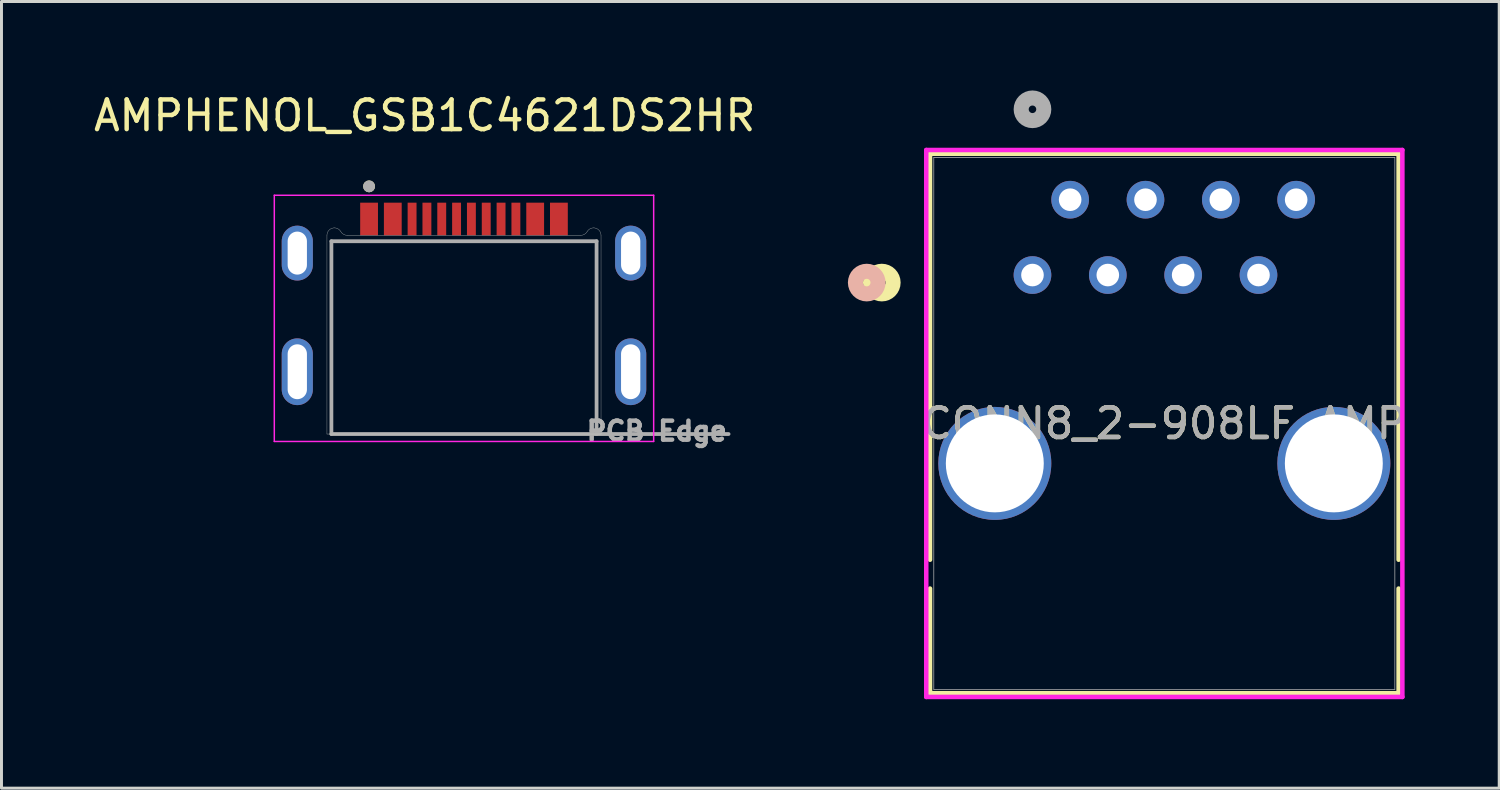
<source format=kicad_pcb>
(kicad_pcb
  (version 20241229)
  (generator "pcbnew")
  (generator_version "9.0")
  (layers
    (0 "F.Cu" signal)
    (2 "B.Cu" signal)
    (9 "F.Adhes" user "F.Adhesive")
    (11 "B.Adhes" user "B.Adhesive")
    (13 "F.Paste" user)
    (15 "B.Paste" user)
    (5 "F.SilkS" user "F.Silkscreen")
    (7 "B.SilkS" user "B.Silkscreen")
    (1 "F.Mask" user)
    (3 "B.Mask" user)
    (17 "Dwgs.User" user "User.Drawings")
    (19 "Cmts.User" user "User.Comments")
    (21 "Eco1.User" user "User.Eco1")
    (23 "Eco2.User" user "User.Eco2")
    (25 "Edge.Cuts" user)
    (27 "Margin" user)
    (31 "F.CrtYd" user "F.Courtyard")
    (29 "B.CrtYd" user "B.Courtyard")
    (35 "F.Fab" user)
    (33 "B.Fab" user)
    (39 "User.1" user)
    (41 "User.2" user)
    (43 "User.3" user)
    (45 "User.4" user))
  (footprint "AMPHENOL_GSB1C4621DS2HR"
    (layer "F.Cu")
    (at 12.593 9.483)
    (property "Reference" "AMPHENOL_GSB1C4621DS2HR" (at -1.325 -8.635 0) (layer "F.SilkS") (effects (font (size 1 1) (thickness 0.15))))
    (attr smd)
    (fp_poly (pts (xy -3.55 -5.75) (xy -2.85 -5.75) (xy -2.85 -4.55) (xy -3.55 -4.55)) (stroke (width 0.01) (type solid)) (fill yes) (layer "F.Mask"))
    (fp_poly (pts (xy -2.75 -5.75) (xy -2.05 -5.75) (xy -2.05 -4.55) (xy -2.75 -4.55)) (stroke (width 0.01) (type solid)) (fill yes) (layer "F.Mask"))
    (fp_poly (pts (xy -1.95 -5.75) (xy -1.55 -5.75) (xy -1.55 -4.55) (xy -1.95 -4.55)) (stroke (width 0.01) (type solid)) (fill yes) (layer "F.Mask"))
    (fp_poly (pts (xy -1.45 -5.75) (xy -1.05 -5.75) (xy -1.05 -4.55) (xy -1.45 -4.55)) (stroke (width 0.01) (type solid)) (fill yes) (layer "F.Mask"))
    (fp_poly (pts (xy -0.95 -5.75) (xy -0.55 -5.75) (xy -0.55 -4.55) (xy -0.95 -4.55)) (stroke (width 0.01) (type solid)) (fill yes) (layer "F.Mask"))
    (fp_poly (pts (xy -0.45 -5.75) (xy -0.05 -5.75) (xy -0.05 -4.55) (xy -0.45 -4.55)) (stroke (width 0.01) (type solid)) (fill yes) (layer "F.Mask"))
    (fp_poly (pts (xy 0.05 -5.75) (xy 0.45 -5.75) (xy 0.45 -4.55) (xy 0.05 -4.55)) (stroke (width 0.01) (type solid)) (fill yes) (layer "F.Mask"))
    (fp_poly (pts (xy 0.55 -5.75) (xy 0.95 -5.75) (xy 0.95 -4.55) (xy 0.55 -4.55)) (stroke (width 0.01) (type solid)) (fill yes) (layer "F.Mask"))
    (fp_poly (pts (xy 1.05 -5.75) (xy 1.45 -5.75) (xy 1.45 -4.55) (xy 1.05 -4.55)) (stroke (width 0.01) (type solid)) (fill yes) (layer "F.Mask"))
    (fp_poly (pts (xy 1.55 -5.75) (xy 1.95 -5.75) (xy 1.95 -4.55) (xy 1.55 -4.55)) (stroke (width 0.01) (type solid)) (fill yes) (layer "F.Mask"))
    (fp_poly (pts (xy 2.05 -5.75) (xy 2.75 -5.75) (xy 2.75 -4.55) (xy 2.05 -4.55)) (stroke (width 0.01) (type solid)) (fill yes) (layer "F.Mask"))
    (fp_poly (pts (xy 2.85 -5.75) (xy 3.55 -5.75) (xy 3.55 -4.55) (xy 2.85 -4.55)) (stroke (width 0.01) (type solid)) (fill yes) (layer "F.Mask"))
    (fp_circle (center -3.2 -6.25) (end -3.1 -6.25) (stroke (width 0.2) (type solid)) (fill no) (layer "F.SilkS"))
    (fp_line (start -4.62 -4.6) (end -4.62 2.1) (stroke (width 0.01) (type solid)) (layer "Edge.Cuts"))
    (fp_line (start -4.62 2.1) (end 4.62 2.1) (stroke (width 0.01) (type solid)) (layer "Edge.Cuts"))
    (fp_line (start 3.937 -4.6) (end -3.937 -4.6) (stroke (width 0.01) (type solid)) (layer "Edge.Cuts"))
    (fp_line (start 4.62 2.1) (end 4.62 -4.6) (stroke (width 0.01) (type solid)) (layer "Edge.Cuts"))
    (fp_arc (start -4.62 -4.6) (mid -4.434708 -4.841479) (end -4.1535 -4.725) (stroke (width 0.01) (type solid)) (layer "Edge.Cuts"))
    (fp_arc (start -3.937 -4.6) (mid -4.061997 -4.633495) (end -4.1535 -4.725) (stroke (width 0.01) (type solid)) (layer "Edge.Cuts"))
    (fp_arc (start 4.1535 -4.725) (mid 4.061997 -4.633495) (end 3.937 -4.6) (stroke (width 0.01) (type solid)) (layer "Edge.Cuts"))
    (fp_arc (start 4.1535 -4.725) (mid 4.434708 -4.841479) (end 4.62 -4.6) (stroke (width 0.01) (type solid)) (layer "Edge.Cuts"))
    (fp_line (start -6.395 -5.95) (end 6.395 -5.95) (stroke (width 0.05) (type solid)) (layer "F.CrtYd"))
    (fp_line (start -6.395 2.35) (end -6.395 -5.95) (stroke (width 0.05) (type solid)) (layer "F.CrtYd"))
    (fp_line (start 6.395 -5.95) (end 6.395 2.35) (stroke (width 0.05) (type solid)) (layer "F.CrtYd"))
    (fp_line (start 6.395 2.35) (end -6.395 2.35) (stroke (width 0.05) (type solid)) (layer "F.CrtYd"))
    (fp_line (start -4.47 -4.4) (end 4.47 -4.4) (stroke (width 0.127) (type solid)) (layer "F.Fab"))
    (fp_line (start -4.47 2.1) (end -4.47 -4.4) (stroke (width 0.127) (type solid)) (layer "F.Fab"))
    (fp_line (start 4.47 -4.4) (end 4.47 2.1) (stroke (width 0.127) (type solid)) (layer "F.Fab"))
    (fp_line (start 4.47 2.1) (end -4.47 2.1) (stroke (width 0.127) (type solid)) (layer "F.Fab"))
    (fp_line (start 4.47 2.1) (end 8.92 2.1) (stroke (width 0.127) (type solid)) (layer "F.Fab"))
    (fp_circle (center -3.2 -6.25) (end -3.1 -6.25) (stroke (width 0.2) (type solid)) (fill no) (layer "F.Fab"))
    (fp_text user "PCB Edge" (at 6.5 2 0) (layer "F.Fab") (effects (font (size 0.64 0.64) (thickness 0.15))))
    (pad "A1_B12" smd rect (at -3.2 -5.15) (size 0.6 1.1) (layers "F.Cu" "F.Paste"))
    (pad "A4_B9" smd rect (at -2.4 -5.15) (size 0.6 1.1) (layers "F.Cu" "F.Paste"))
    (pad "A5" smd rect (at -1.25 -5.15) (size 0.3 1.1) (layers "F.Cu" "F.Paste"))
    (pad "A6" smd rect (at -0.25 -5.15) (size 0.3 1.1) (layers "F.Cu" "F.Paste"))
    (pad "A7" smd rect (at 0.25 -5.15) (size 0.3 1.1) (layers "F.Cu" "F.Paste"))
    (pad "A8" smd rect (at 1.25 -5.15) (size 0.3 1.1) (layers "F.Cu" "F.Paste"))
    (pad "B1_A12" smd rect (at 3.2 -5.15) (size 0.6 1.1) (layers "F.Cu" "F.Paste"))
    (pad "B4_A9" smd rect (at 2.4 -5.15) (size 0.6 1.1) (layers "F.Cu" "F.Paste"))
    (pad "B5" smd rect (at 1.75 -5.15) (size 0.3 1.1) (layers "F.Cu" "F.Paste"))
    (pad "B6" smd rect (at 0.75 -5.15) (size 0.3 1.1) (layers "F.Cu" "F.Paste"))
    (pad "B7" smd rect (at -0.75 -5.15) (size 0.3 1.1) (layers "F.Cu" "F.Paste"))
    (pad "B8" smd rect (at -1.75 -5.15) (size 0.3 1.1) (layers "F.Cu" "F.Paste"))
    (pad "SH1" thru_hole oval (at -5.62 -4) (size 1.05 1.85) (drill oval 0.65 1.45) (layers "*.Cu" "*.Mask"))
    (pad "SH2" thru_hole oval (at 5.62 -4) (size 1.05 1.85) (drill oval 0.65 1.45) (layers "*.Cu" "*.Mask"))
    (pad "SH3" thru_hole oval (at -5.62 0) (size 1.05 2.25) (drill oval 0.65 1.85) (layers "*.Cu" "*.Mask"))
    (pad "SH4" thru_hole oval (at 5.62 0) (size 1.05 2.25) (drill oval 0.65 1.85) (layers "*.Cu" "*.Mask")))
  (footprint "CONN8_2-908LF_AMP"
    (layer "F.Cu")
    (at 31.759 6.223)
    (property "Reference" "CONN8_2-908LF_AMP" (at 4.445 5.004 0) (unlocked yes) (layer "F.SilkS") (effects (font (size 1 1) (thickness 0.15))))
    (attr through_hole)
    (fp_line (start -3.454 -4.089) (end -3.454 9.598) (stroke (width 0.152) (type solid)) (layer "F.SilkS"))
    (fp_line (start -3.454 10.57) (end -3.454 14.097) (stroke (width 0.152) (type solid)) (layer "F.SilkS"))
    (fp_line (start -3.454 14.097) (end 12.344 14.097) (stroke (width 0.152) (type solid)) (layer "F.SilkS"))
    (fp_line (start 12.344 -4.089) (end -3.454 -4.089) (stroke (width 0.152) (type solid)) (layer "F.SilkS"))
    (fp_line (start 12.344 9.598) (end 12.344 -4.089) (stroke (width 0.152) (type solid)) (layer "F.SilkS"))
    (fp_line (start 12.344 14.097) (end 12.344 10.57) (stroke (width 0.152) (type solid)) (layer "F.SilkS"))
    (fp_circle (center -5.08 0.254) (end -4.699 0.254) (stroke (width 0.508) (type solid)) (fill no) (layer "F.SilkS"))
    (fp_circle (center -5.588 0.254) (end -5.207 0.254) (stroke (width 0.508) (type solid)) (fill no) (layer "B.SilkS"))
    (fp_line (start -3.581 -4.216) (end -3.581 14.224) (stroke (width 0.152) (type solid)) (layer "F.CrtYd"))
    (fp_line (start -3.581 14.224) (end 12.471 14.224) (stroke (width 0.152) (type solid)) (layer "F.CrtYd"))
    (fp_line (start 12.471 -4.216) (end -3.581 -4.216) (stroke (width 0.152) (type solid)) (layer "F.CrtYd"))
    (fp_line (start 12.471 14.224) (end 12.471 -4.216) (stroke (width 0.152) (type solid)) (layer "F.CrtYd"))
    (fp_line (start -3.327 -3.962) (end -3.327 13.97) (stroke (width 0.025) (type solid)) (layer "F.Fab"))
    (fp_line (start -3.327 13.97) (end 12.217 13.97) (stroke (width 0.025) (type solid)) (layer "F.Fab"))
    (fp_line (start 12.217 -3.962) (end -3.327 -3.962) (stroke (width 0.025) (type solid)) (layer "F.Fab"))
    (fp_line (start 12.217 13.97) (end 12.217 -3.962) (stroke (width 0.025) (type solid)) (layer "F.Fab"))
    (fp_circle (center 0 -5.588) (end 0.381 -5.588) (stroke (width 0.508) (type solid)) (fill no) (layer "F.Fab"))
    (fp_text user "${REFERENCE}" (at 4.445 5.004 0) (unlocked yes) (layer "F.Fab") (effects (font (size 1 1) (thickness 0.15))))
    (pad "1" thru_hole circle (at 0 0) (size 1.27 1.27) (drill 0.762) (layers "*.Cu" "*.Mask"))
    (pad "2" thru_hole circle (at 1.27 -2.54) (size 1.27 1.27) (drill 0.762) (layers "*.Cu" "*.Mask"))
    (pad "3" thru_hole circle (at 2.54 0) (size 1.27 1.27) (drill 0.762) (layers "*.Cu" "*.Mask"))
    (pad "4" thru_hole circle (at 3.81 -2.54) (size 1.27 1.27) (drill 0.762) (layers "*.Cu" "*.Mask"))
    (pad "5" thru_hole circle (at 5.08 0) (size 1.27 1.27) (drill 0.762) (layers "*.Cu" "*.Mask"))
    (pad "6" thru_hole circle (at 6.35 -2.54) (size 1.27 1.27) (drill 0.762) (layers "*.Cu" "*.Mask"))
    (pad "7" thru_hole circle (at 7.62 0) (size 1.27 1.27) (drill 0.762) (layers "*.Cu" "*.Mask"))
    (pad "8" thru_hole circle (at 8.89 -2.54) (size 1.27 1.27) (drill 0.762) (layers "*.Cu" "*.Mask"))
    (pad "9" thru_hole circle (at -1.27 6.35 90) (size 3.81 3.81) (drill 3.302) (layers "*.Cu" "*.Mask"))
    (pad "10" thru_hole circle (at 10.16 6.35 90) (size 3.81 3.81) (drill 3.302) (layers "*.Cu" "*.Mask")))
  (gr_rect
    (start -3 -3)
    (end 47.495 23.523)
    (stroke (width 0.1) (type default))
    (fill no)
    (layer "Edge.Cuts")))
</source>
